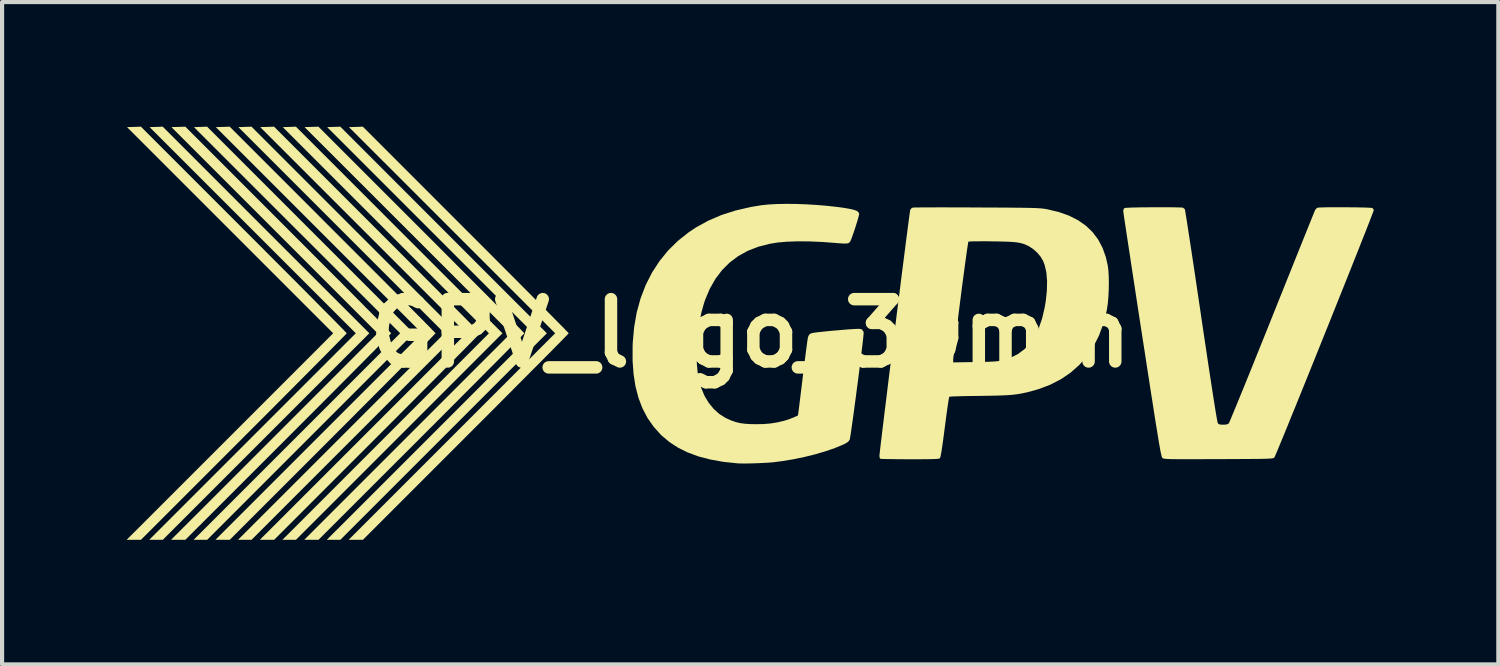
<source format=kicad_pcb>
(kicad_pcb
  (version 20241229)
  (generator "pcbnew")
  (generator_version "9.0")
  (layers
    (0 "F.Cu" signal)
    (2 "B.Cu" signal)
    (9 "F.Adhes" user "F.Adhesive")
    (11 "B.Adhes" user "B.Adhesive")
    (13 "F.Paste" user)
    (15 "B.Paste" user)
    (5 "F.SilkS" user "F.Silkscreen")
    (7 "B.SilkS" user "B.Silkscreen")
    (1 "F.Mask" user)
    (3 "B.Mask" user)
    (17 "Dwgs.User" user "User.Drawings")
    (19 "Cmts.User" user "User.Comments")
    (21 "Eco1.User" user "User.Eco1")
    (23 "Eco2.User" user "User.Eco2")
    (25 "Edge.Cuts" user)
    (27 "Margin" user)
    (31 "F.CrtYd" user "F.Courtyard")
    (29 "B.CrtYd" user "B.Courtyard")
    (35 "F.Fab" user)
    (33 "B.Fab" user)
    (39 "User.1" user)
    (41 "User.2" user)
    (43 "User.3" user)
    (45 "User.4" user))
  (footprint "GPV_logo_30mm"
    (layer "F.Cu")
    (at 15.019 4.975)
    (property "Reference" "GPV_logo_30mm" (at 0 0 0) (layer "F.SilkS") (effects (font (size 1.5 1.5) (thickness 0.3))))
    (attr board_only exclude_from_pos_files exclude_from_bom)
    (fp_poly (pts (xy -11.664 -2.487) (xy -9.176 -0.00005) (xy -11.663 2.487) (xy -14.149 4.973) (xy -14.312 4.973) (xy -14.475 4.973) (xy -11.989 2.487) (xy -9.502 -0.00005) (xy -11.984 -2.482) (xy -14.467 -4.964) (xy -14.309 -4.969) (xy -14.151 -4.975)) (stroke (width 0) (type solid)) (fill yes) (layer "F.SilkS"))
    (fp_poly (pts (xy -10.595 -2.487) (xy -8.107 -0.00005) (xy -10.594 2.487) (xy -13.08 4.973) (xy -13.243 4.973) (xy -13.407 4.973) (xy -10.92 2.487) (xy -8.433 -0.00005) (xy -10.916 -2.482) (xy -13.398 -4.964) (xy -13.24 -4.969) (xy -13.082 -4.975)) (stroke (width 0) (type solid)) (fill yes) (layer "F.SilkS"))
    (fp_poly (pts (xy -9.526 -2.487) (xy -7.038 -0.00005) (xy -9.525 2.487) (xy -12.012 4.973) (xy -12.175 4.973) (xy -12.338 4.973) (xy -9.851 2.487) (xy -7.365 -0.00005) (xy -9.847 -2.482) (xy -12.329 -4.964) (xy -12.171 -4.969) (xy -12.013 -4.975)) (stroke (width 0) (type solid)) (fill yes) (layer "F.SilkS"))
    (fp_poly (pts (xy -8.457 -2.487) (xy -5.97 -0.00005) (xy -8.456 2.487) (xy -10.943 4.973) (xy -11.106 4.973) (xy -11.269 4.973) (xy -8.782 2.487) (xy -6.296 -0.00005) (xy -8.778 -2.482) (xy -11.26 -4.964) (xy -11.102 -4.969) (xy -10.944 -4.975)) (stroke (width 0) (type solid)) (fill yes) (layer "F.SilkS"))
    (fp_poly (pts (xy -7.388 -2.487) (xy -4.901 -0.00005) (xy -7.387 2.487) (xy -9.874 4.973) (xy -10.037 4.973) (xy -10.2 4.973) (xy -7.713 2.487) (xy -5.227 -0.00005) (xy -7.709 -2.482) (xy -10.191 -4.964) (xy -10.033 -4.969) (xy -9.875 -4.975)) (stroke (width 0) (type solid)) (fill yes) (layer "F.SilkS"))
    (fp_poly (pts (xy -12.198 -2.496) (xy -11.948 -2.246) (xy -11.705 -2.003) (xy -11.47 -1.767) (xy -11.244 -1.541) (xy -11.029 -1.326) (xy -10.826 -1.122) (xy -10.636 -0.931) (xy -10.461 -0.754) (xy -10.301 -0.592) (xy -10.157 -0.448) (xy -10.032 -0.321) (xy -9.926 -0.214) (xy -9.841 -0.127) (xy -9.777 -0.061) (xy -9.737 -0.019) (xy -9.72 -0.001) (xy -9.72 -0.000001) (xy -9.732 0.014) (xy -9.769 0.053) (xy -9.83 0.115) (xy -9.912 0.199) (xy -10.015 0.303) (xy -10.137 0.427) (xy -10.277 0.569) (xy -10.435 0.728) (xy -10.608 0.902) (xy -10.796 1.091) (xy -10.997 1.293) (xy -11.21 1.507) (xy -11.434 1.732) (xy -11.668 1.966) (xy -11.91 2.208) (xy -12.159 2.457) (xy -12.197 2.496) (xy -14.675 4.973) (xy -14.847 4.973) (xy -15.019 4.973) (xy -12.532 2.487) (xy -10.046 -0.00005) (xy -12.528 -2.482) (xy -15.01 -4.964) (xy -14.843 -4.969) (xy -14.676 -4.975)) (stroke (width 0) (type solid)) (fill yes) (layer "F.SilkS"))
    (fp_poly (pts (xy -11.129 -2.496) (xy -10.879 -2.246) (xy -10.636 -2.003) (xy -10.401 -1.767) (xy -10.175 -1.541) (xy -9.96 -1.326) (xy -9.757 -1.122) (xy -9.567 -0.931) (xy -9.392 -0.754) (xy -9.232 -0.592) (xy -9.088 -0.448) (xy -8.963 -0.321) (xy -8.857 -0.214) (xy -8.772 -0.127) (xy -8.708 -0.061) (xy -8.668 -0.019) (xy -8.651 -0.001) (xy -8.651 -0.000001) (xy -8.663 0.014) (xy -8.7 0.053) (xy -8.761 0.115) (xy -8.843 0.199) (xy -8.946 0.303) (xy -9.068 0.427) (xy -9.209 0.569) (xy -9.366 0.728) (xy -9.539 0.902) (xy -9.727 1.091) (xy -9.928 1.293) (xy -10.141 1.507) (xy -10.365 1.732) (xy -10.599 1.966) (xy -10.841 2.208) (xy -11.09 2.457) (xy -11.128 2.496) (xy -13.606 4.973) (xy -13.778 4.973) (xy -13.95 4.973) (xy -11.463 2.487) (xy -8.977 -0.00005) (xy -11.459 -2.482) (xy -13.941 -4.964) (xy -13.774 -4.969) (xy -13.607 -4.975)) (stroke (width 0) (type solid)) (fill yes) (layer "F.SilkS"))
    (fp_poly (pts (xy -10.06 -2.496) (xy -9.81 -2.246) (xy -9.567 -2.003) (xy -9.332 -1.767) (xy -9.106 -1.541) (xy -8.891 -1.326) (xy -8.688 -1.122) (xy -8.498 -0.931) (xy -8.323 -0.754) (xy -8.163 -0.592) (xy -8.02 -0.448) (xy -7.894 -0.321) (xy -7.788 -0.214) (xy -7.703 -0.127) (xy -7.639 -0.061) (xy -7.599 -0.019) (xy -7.582 -0.001) (xy -7.582 -0.000001) (xy -7.595 0.014) (xy -7.632 0.053) (xy -7.692 0.115) (xy -7.774 0.199) (xy -7.877 0.303) (xy -7.999 0.427) (xy -8.14 0.569) (xy -8.297 0.728) (xy -8.47 0.902) (xy -8.658 1.091) (xy -8.859 1.293) (xy -9.073 1.507) (xy -9.297 1.732) (xy -9.53 1.966) (xy -9.772 2.208) (xy -10.021 2.457) (xy -10.059 2.496) (xy -12.537 4.973) (xy -12.709 4.973) (xy -12.881 4.973) (xy -10.395 2.487) (xy -7.908 -0.00005) (xy -10.39 -2.482) (xy -12.872 -4.964) (xy -12.705 -4.969) (xy -12.538 -4.975)) (stroke (width 0) (type solid)) (fill yes) (layer "F.SilkS"))
    (fp_poly (pts (xy -8.991 -2.496) (xy -8.741 -2.246) (xy -8.498 -2.003) (xy -8.263 -1.767) (xy -8.038 -1.541) (xy -7.823 -1.326) (xy -7.62 -1.122) (xy -7.43 -0.931) (xy -7.254 -0.754) (xy -7.094 -0.592) (xy -6.951 -0.448) (xy -6.825 -0.321) (xy -6.72 -0.214) (xy -6.634 -0.127) (xy -6.57 -0.061) (xy -6.53 -0.019) (xy -6.513 -0.001) (xy -6.513 -0.000001) (xy -6.526 0.014) (xy -6.563 0.053) (xy -6.623 0.115) (xy -6.705 0.199) (xy -6.808 0.303) (xy -6.93 0.427) (xy -7.071 0.569) (xy -7.228 0.728) (xy -7.402 0.902) (xy -7.589 1.091) (xy -7.79 1.293) (xy -8.004 1.507) (xy -8.228 1.732) (xy -8.461 1.966) (xy -8.703 2.208) (xy -8.952 2.457) (xy -8.991 2.496) (xy -11.468 4.973) (xy -11.64 4.973) (xy -11.812 4.973) (xy -9.326 2.487) (xy -6.839 -0.00005) (xy -9.321 -2.482) (xy -11.803 -4.964) (xy -11.636 -4.969) (xy -11.47 -4.975)) (stroke (width 0) (type solid)) (fill yes) (layer "F.SilkS"))
    (fp_poly (pts (xy -7.922 -2.496) (xy -7.672 -2.246) (xy -7.429 -2.003) (xy -7.194 -1.767) (xy -6.969 -1.541) (xy -6.754 -1.326) (xy -6.551 -1.122) (xy -6.361 -0.931) (xy -6.185 -0.754) (xy -6.025 -0.592) (xy -5.882 -0.448) (xy -5.757 -0.321) (xy -5.651 -0.214) (xy -5.565 -0.127) (xy -5.502 -0.061) (xy -5.461 -0.019) (xy -5.444 -0.001) (xy -5.444 -0.000001) (xy -5.457 0.014) (xy -5.494 0.053) (xy -5.554 0.115) (xy -5.636 0.199) (xy -5.739 0.303) (xy -5.861 0.427) (xy -6.002 0.569) (xy -6.159 0.728) (xy -6.333 0.902) (xy -6.52 1.091) (xy -6.722 1.293) (xy -6.935 1.507) (xy -7.159 1.732) (xy -7.392 1.966) (xy -7.634 2.208) (xy -7.883 2.457) (xy -7.922 2.496) (xy -10.399 4.973) (xy -10.571 4.973) (xy -10.743 4.973) (xy -8.257 2.487) (xy -5.77 -0.00005) (xy -8.252 -2.482) (xy -10.735 -4.964) (xy -10.568 -4.969) (xy -10.401 -4.975)) (stroke (width 0) (type solid)) (fill yes) (layer "F.SilkS"))
    (fp_poly (pts (xy -6.854 -2.496) (xy -6.603 -2.246) (xy -6.36 -2.003) (xy -6.125 -1.767) (xy -5.9 -1.541) (xy -5.685 -1.326) (xy -5.482 -1.122) (xy -5.292 -0.931) (xy -5.116 -0.754) (xy -4.956 -0.592) (xy -4.813 -0.448) (xy -4.688 -0.321) (xy -4.582 -0.214) (xy -4.496 -0.127) (xy -4.433 -0.061) (xy -4.392 -0.019) (xy -4.376 -0.001) (xy -4.375 -0.000001) (xy -4.388 0.014) (xy -4.425 0.053) (xy -4.485 0.115) (xy -4.567 0.199) (xy -4.67 0.303) (xy -4.792 0.427) (xy -4.933 0.569) (xy -5.09 0.728) (xy -5.264 0.902) (xy -5.452 1.091) (xy -5.653 1.293) (xy -5.866 1.507) (xy -6.09 1.732) (xy -6.323 1.966) (xy -6.565 2.208) (xy -6.815 2.457) (xy -6.853 2.496) (xy -9.33 4.973) (xy -9.502 4.973) (xy -9.674 4.973) (xy -7.188 2.487) (xy -4.701 -0.00005) (xy -7.183 -2.482) (xy -9.666 -4.964) (xy -9.499 -4.969) (xy -9.332 -4.975)) (stroke (width 0) (type solid)) (fill yes) (layer "F.SilkS"))
    (fp_poly (pts (xy 1.096 -3.114) (xy 1.345 -3.105) (xy 1.597 -3.09) (xy 1.846 -3.069) (xy 2.085 -3.042) (xy 2.288 -3.014) (xy 2.41 -2.992) (xy 2.501 -2.97) (xy 2.562 -2.946) (xy 2.599 -2.918) (xy 2.616 -2.884) (xy 2.618 -2.866) (xy 2.612 -2.836) (xy 2.597 -2.779) (xy 2.574 -2.7) (xy 2.544 -2.605) (xy 2.514 -2.509) (xy 2.475 -2.395) (xy 2.445 -2.31) (xy 2.422 -2.25) (xy 2.402 -2.21) (xy 2.385 -2.186) (xy 2.367 -2.173) (xy 2.364 -2.172) (xy 2.336 -2.164) (xy 2.29 -2.161) (xy 2.223 -2.162) (xy 2.128 -2.168) (xy 2.047 -2.175) (xy 1.724 -2.199) (xy 1.42 -2.212) (xy 1.139 -2.214) (xy 0.882 -2.205) (xy 0.654 -2.185) (xy 0.463 -2.154) (xy 0.187 -2.083) (xy -0.066 -1.984) (xy -0.295 -1.857) (xy -0.501 -1.702) (xy -0.683 -1.52) (xy -0.842 -1.31) (xy -0.977 -1.073) (xy -1.089 -0.808) (xy -1.115 -0.732) (xy -1.179 -0.503) (xy -1.23 -0.249) (xy -1.268 0.02) (xy -1.29 0.292) (xy -1.295 0.501) (xy -1.289 0.738) (xy -1.27 0.947) (xy -1.235 1.136) (xy -1.186 1.309) (xy -1.119 1.475) (xy -1.101 1.513) (xy -1.005 1.673) (xy -0.887 1.818) (xy -0.751 1.941) (xy -0.604 2.035) (xy -0.588 2.043) (xy -0.468 2.097) (xy -0.357 2.137) (xy -0.243 2.164) (xy -0.118 2.18) (xy 0.028 2.188) (xy 0.127 2.189) (xy 0.317 2.186) (xy 0.484 2.172) (xy 0.641 2.147) (xy 0.801 2.109) (xy 0.842 2.098) (xy 0.897 2.081) (xy 0.963 2.057) (xy 1.03 2.03) (xy 1.09 2.005) (xy 1.132 1.986) (xy 1.145 1.977) (xy 1.148 1.959) (xy 1.155 1.908) (xy 1.166 1.827) (xy 1.179 1.722) (xy 1.195 1.593) (xy 1.213 1.446) (xy 1.233 1.284) (xy 1.254 1.109) (xy 1.259 1.067) (xy 1.281 0.888) (xy 1.302 0.718) (xy 1.322 0.56) (xy 1.34 0.419) (xy 1.356 0.299) (xy 1.369 0.202) (xy 1.38 0.134) (xy 1.386 0.097) (xy 1.387 0.094) (xy 1.411 0.038) (xy 1.453 0.006) (xy 1.464 0.001) (xy 1.496 -0.007) (xy 1.56 -0.017) (xy 1.65 -0.028) (xy 1.761 -0.04) (xy 1.888 -0.053) (xy 2.027 -0.066) (xy 2.082 -0.07) (xy 2.241 -0.084) (xy 2.368 -0.094) (xy 2.466 -0.101) (xy 2.54 -0.105) (xy 2.595 -0.106) (xy 2.633 -0.105) (xy 2.659 -0.101) (xy 2.676 -0.095) (xy 2.685 -0.09) (xy 2.72 -0.048) (xy 2.727 -0.007) (xy 2.724 0.03) (xy 2.718 0.099) (xy 2.707 0.195) (xy 2.693 0.316) (xy 2.676 0.456) (xy 2.657 0.614) (xy 2.636 0.784) (xy 2.613 0.964) (xy 2.589 1.15) (xy 2.564 1.338) (xy 2.54 1.525) (xy 2.515 1.708) (xy 2.492 1.881) (xy 2.47 2.043) (xy 2.449 2.189) (xy 2.431 2.317) (xy 2.416 2.421) (xy 2.403 2.499) (xy 2.395 2.547) (xy 2.391 2.56) (xy 2.368 2.597) (xy 2.332 2.628) (xy 2.273 2.662) (xy 2.233 2.681) (xy 2.036 2.763) (xy 1.81 2.841) (xy 1.562 2.914) (xy 1.299 2.979) (xy 1.03 3.035) (xy 0.76 3.079) (xy 0.553 3.106) (xy 0.466 3.113) (xy 0.357 3.12) (xy 0.234 3.126) (xy 0.105 3.131) (xy -0.022 3.134) (xy -0.138 3.136) (xy -0.235 3.135) (xy -0.305 3.133) (xy -0.308 3.132) (xy -0.651 3.096) (xy -0.963 3.04) (xy -1.248 2.966) (xy -1.506 2.871) (xy -1.738 2.757) (xy -1.947 2.621) (xy -2.134 2.464) (xy -2.157 2.443) (xy -2.329 2.251) (xy -2.476 2.041) (xy -2.598 1.81) (xy -2.694 1.558) (xy -2.766 1.283) (xy -2.813 0.985) (xy -2.837 0.661) (xy -2.836 0.311) (xy -2.833 0.224) (xy -2.799 -0.151) (xy -2.736 -0.508) (xy -2.643 -0.845) (xy -2.52 -1.164) (xy -2.369 -1.461) (xy -2.189 -1.738) (xy -1.982 -1.993) (xy -1.746 -2.225) (xy -1.484 -2.433) (xy -1.31 -2.549) (xy -1.017 -2.71) (xy -0.698 -2.847) (xy -0.354 -2.957) (xy 0.014 -3.042) (xy 0.263 -3.083) (xy 0.434 -3.101) (xy 0.634 -3.112) (xy 0.857 -3.116)) (stroke (width 0) (type solid)) (fill yes) (layer "F.SilkS"))
    (fp_poly (pts (xy 10.076 -3.035) (xy 10.191 -3.033) (xy 10.287 -3.031) (xy 10.36 -3.029) (xy 10.405 -3.026) (xy 10.416 -3.023) (xy 10.45 -2.998) (xy 10.462 -2.981) (xy 10.467 -2.96) (xy 10.476 -2.905) (xy 10.49 -2.818) (xy 10.509 -2.701) (xy 10.531 -2.557) (xy 10.557 -2.387) (xy 10.587 -2.194) (xy 10.62 -1.979) (xy 10.655 -1.745) (xy 10.693 -1.493) (xy 10.733 -1.226) (xy 10.774 -0.946) (xy 10.818 -0.654) (xy 10.853 -0.415) (xy 10.905 -0.062) (xy 10.955 0.271) (xy 11.001 0.58) (xy 11.044 0.866) (xy 11.084 1.126) (xy 11.12 1.361) (xy 11.152 1.567) (xy 11.18 1.745) (xy 11.204 1.893) (xy 11.224 2.01) (xy 11.239 2.095) (xy 11.249 2.145) (xy 11.253 2.16) (xy 11.273 2.184) (xy 11.304 2.196) (xy 11.354 2.201) (xy 11.384 2.201) (xy 11.454 2.198) (xy 11.497 2.185) (xy 11.52 2.168) (xy 11.53 2.148) (xy 11.553 2.095) (xy 11.587 2.013) (xy 11.633 1.903) (xy 11.689 1.767) (xy 11.755 1.606) (xy 11.83 1.423) (xy 11.913 1.22) (xy 12.003 0.998) (xy 12.1 0.759) (xy 12.202 0.505) (xy 12.31 0.237) (xy 12.422 -0.041) (xy 12.537 -0.328) (xy 12.562 -0.391) (xy 12.678 -0.681) (xy 12.791 -0.962) (xy 12.899 -1.232) (xy 13.003 -1.489) (xy 13.1 -1.733) (xy 13.191 -1.96) (xy 13.275 -2.168) (xy 13.351 -2.357) (xy 13.418 -2.524) (xy 13.476 -2.667) (xy 13.523 -2.784) (xy 13.56 -2.874) (xy 13.584 -2.934) (xy 13.596 -2.963) (xy 13.597 -2.965) (xy 13.626 -3.004) (xy 13.658 -3.024) (xy 13.69 -3.027) (xy 13.752 -3.03) (xy 13.839 -3.033) (xy 13.946 -3.034) (xy 14.068 -3.035) (xy 14.199 -3.035) (xy 14.334 -3.034) (xy 14.469 -3.033) (xy 14.598 -3.032) (xy 14.716 -3.029) (xy 14.818 -3.027) (xy 14.898 -3.023) (xy 14.953 -3.02) (xy 14.975 -3.016) (xy 15.003 -2.987) (xy 15.01 -2.964) (xy 15.003 -2.943) (xy 14.984 -2.89) (xy 14.952 -2.807) (xy 14.91 -2.697) (xy 14.857 -2.562) (xy 14.795 -2.404) (xy 14.724 -2.225) (xy 14.646 -2.027) (xy 14.56 -1.812) (xy 14.469 -1.582) (xy 14.372 -1.339) (xy 14.271 -1.086) (xy 14.166 -0.825) (xy 14.059 -0.557) (xy 13.95 -0.284) (xy 13.839 -0.01) (xy 13.729 0.265) (xy 13.619 0.538) (xy 13.511 0.807) (xy 13.405 1.07) (xy 13.302 1.324) (xy 13.203 1.569) (xy 13.109 1.801) (xy 13.02 2.018) (xy 12.939 2.219) (xy 12.864 2.401) (xy 12.798 2.563) (xy 12.74 2.702) (xy 12.693 2.816) (xy 12.656 2.903) (xy 12.631 2.961) (xy 12.618 2.988) (xy 12.617 2.989) (xy 12.61 2.996) (xy 12.6 3.002) (xy 12.585 3.007) (xy 12.563 3.012) (xy 12.53 3.015) (xy 12.486 3.018) (xy 12.426 3.021) (xy 12.349 3.023) (xy 12.252 3.025) (xy 12.133 3.026) (xy 11.988 3.027) (xy 11.816 3.028) (xy 11.614 3.029) (xy 11.379 3.03) (xy 11.271 3.03) (xy 11.021 3.031) (xy 10.804 3.032) (xy 10.619 3.032) (xy 10.463 3.032) (xy 10.332 3.032) (xy 10.226 3.031) (xy 10.14 3.03) (xy 10.073 3.028) (xy 10.022 3.025) (xy 9.985 3.022) (xy 9.958 3.018) (xy 9.941 3.014) (xy 9.929 3.008) (xy 9.922 3.003) (xy 9.916 2.997) (xy 9.911 2.985) (xy 9.904 2.967) (xy 9.897 2.94) (xy 9.888 2.903) (xy 9.878 2.855) (xy 9.866 2.793) (xy 9.853 2.717) (xy 9.836 2.624) (xy 9.818 2.513) (xy 9.797 2.383) (xy 9.772 2.231) (xy 9.744 2.057) (xy 9.713 1.858) (xy 9.678 1.632) (xy 9.638 1.38) (xy 9.595 1.098) (xy 9.546 0.785) (xy 9.493 0.439) (xy 9.434 0.06) (xy 9.43 0.033) (xy 9.38 -0.29) (xy 9.332 -0.602) (xy 9.286 -0.904) (xy 9.242 -1.193) (xy 9.2 -1.466) (xy 9.161 -1.723) (xy 9.125 -1.96) (xy 9.092 -2.177) (xy 9.062 -2.371) (xy 9.037 -2.541) (xy 9.015 -2.683) (xy 8.998 -2.798) (xy 8.986 -2.882) (xy 8.979 -2.934) (xy 8.977 -2.951) (xy 8.991 -2.996) (xy 9.012 -3.016) (xy 9.037 -3.02) (xy 9.094 -3.023) (xy 9.176 -3.027) (xy 9.28 -3.029) (xy 9.401 -3.032) (xy 9.533 -3.033) (xy 9.671 -3.034) (xy 9.811 -3.035) (xy 9.948 -3.035)) (stroke (width 0) (type solid)) (fill yes) (layer "F.SilkS"))
    (fp_poly (pts (xy 4.886 -3.031) (xy 5.101 -3.031) (xy 5.327 -3.03) (xy 5.454 -3.029) (xy 5.724 -3.028) (xy 5.959 -3.027) (xy 6.164 -3.026) (xy 6.341 -3.024) (xy 6.491 -3.023) (xy 6.619 -3.021) (xy 6.725 -3.019) (xy 6.814 -3.017) (xy 6.888 -3.014) (xy 6.949 -3.01) (xy 7 -3.007) (xy 7.044 -3.002) (xy 7.083 -2.997) (xy 7.119 -2.991) (xy 7.156 -2.984) (xy 7.156 -2.984) (xy 7.43 -2.918) (xy 7.675 -2.831) (xy 7.892 -2.721) (xy 8.08 -2.589) (xy 8.24 -2.435) (xy 8.374 -2.257) (xy 8.48 -2.056) (xy 8.56 -1.831) (xy 8.607 -1.621) (xy 8.621 -1.504) (xy 8.629 -1.36) (xy 8.631 -1.199) (xy 8.628 -1.031) (xy 8.619 -0.864) (xy 8.605 -0.709) (xy 8.585 -0.575) (xy 8.58 -0.547) (xy 8.501 -0.237) (xy 8.396 0.05) (xy 8.265 0.311) (xy 8.107 0.548) (xy 7.923 0.759) (xy 7.714 0.945) (xy 7.48 1.105) (xy 7.22 1.239) (xy 6.936 1.346) (xy 6.761 1.396) (xy 6.662 1.421) (xy 6.571 1.441) (xy 6.484 1.458) (xy 6.396 1.471) (xy 6.303 1.482) (xy 6.198 1.49) (xy 6.078 1.496) (xy 5.937 1.501) (xy 5.772 1.504) (xy 5.576 1.507) (xy 5.517 1.508) (xy 5.359 1.51) (xy 5.213 1.512) (xy 5.082 1.515) (xy 4.97 1.518) (xy 4.882 1.521) (xy 4.82 1.525) (xy 4.79 1.528) (xy 4.788 1.528) (xy 4.783 1.549) (xy 4.774 1.601) (xy 4.761 1.681) (xy 4.746 1.786) (xy 4.728 1.911) (xy 4.709 2.053) (xy 4.689 2.207) (xy 4.681 2.265) (xy 4.656 2.457) (xy 4.635 2.616) (xy 4.616 2.745) (xy 4.601 2.844) (xy 4.588 2.918) (xy 4.577 2.97) (xy 4.567 3) (xy 4.56 3.012) (xy 4.543 3.018) (xy 4.509 3.023) (xy 4.454 3.027) (xy 4.376 3.03) (xy 4.272 3.032) (xy 4.139 3.033) (xy 3.974 3.033) (xy 3.842 3.033) (xy 3.687 3.033) (xy 3.543 3.032) (xy 3.414 3.03) (xy 3.304 3.029) (xy 3.217 3.027) (xy 3.158 3.025) (xy 3.131 3.023) (xy 3.13 3.023) (xy 3.114 3) (xy 3.107 2.957) (xy 3.107 2.954) (xy 3.109 2.927) (xy 3.116 2.866) (xy 3.126 2.774) (xy 3.14 2.654) (xy 3.158 2.507) (xy 3.178 2.336) (xy 3.202 2.144) (xy 3.227 1.932) (xy 3.256 1.703) (xy 3.286 1.46) (xy 3.317 1.203) (xy 3.35 0.937) (xy 3.384 0.663) (xy 3.386 0.647) (xy 4.883 0.647) (xy 4.883 0.701) (xy 5.403 0.693) (xy 5.568 0.691) (xy 5.701 0.687) (xy 5.808 0.683) (xy 5.893 0.678) (xy 5.961 0.671) (xy 6.017 0.663) (xy 6.06 0.654) (xy 6.26 0.591) (xy 6.438 0.503) (xy 6.595 0.387) (xy 6.732 0.244) (xy 6.849 0.072) (xy 6.946 -0.128) (xy 7.025 -0.359) (xy 7.086 -0.62) (xy 7.111 -0.766) (xy 7.139 -1.028) (xy 7.144 -1.262) (xy 7.126 -1.469) (xy 7.084 -1.649) (xy 7.047 -1.744) (xy 6.988 -1.844) (xy 6.904 -1.943) (xy 6.806 -2.03) (xy 6.715 -2.09) (xy 6.655 -2.12) (xy 6.598 -2.145) (xy 6.539 -2.164) (xy 6.474 -2.179) (xy 6.397 -2.191) (xy 6.304 -2.199) (xy 6.19 -2.205) (xy 6.051 -2.209) (xy 5.882 -2.213) (xy 5.825 -2.213) (xy 5.686 -2.215) (xy 5.559 -2.215) (xy 5.447 -2.214) (xy 5.356 -2.213) (xy 5.291 -2.21) (xy 5.255 -2.207) (xy 5.25 -2.206) (xy 5.245 -2.186) (xy 5.236 -2.134) (xy 5.223 -2.053) (xy 5.208 -1.946) (xy 5.19 -1.815) (xy 5.169 -1.666) (xy 5.147 -1.501) (xy 5.123 -1.322) (xy 5.098 -1.135) (xy 5.073 -0.941) (xy 5.048 -0.744) (xy 5.023 -0.548) (xy 4.999 -0.356) (xy 4.975 -0.171) (xy 4.954 0.003) (xy 4.935 0.164) (xy 4.918 0.307) (xy 4.903 0.43) (xy 4.893 0.53) (xy 4.885 0.602) (xy 4.883 0.644) (xy 4.883 0.647) (xy 3.386 0.647) (xy 3.419 0.383) (xy 3.454 0.101) (xy 3.49 -0.183) (xy 3.525 -0.465) (xy 3.56 -0.744) (xy 3.595 -1.017) (xy 3.628 -1.281) (xy 3.66 -1.534) (xy 3.691 -1.775) (xy 3.72 -2) (xy 3.746 -2.208) (xy 3.771 -2.396) (xy 3.792 -2.561) (xy 3.811 -2.702) (xy 3.826 -2.817) (xy 3.838 -2.902) (xy 3.846 -2.955) (xy 3.849 -2.975) (xy 3.88 -3.011) (xy 3.909 -3.026) (xy 3.934 -3.028) (xy 3.991 -3.029) (xy 4.08 -3.03) (xy 4.196 -3.031) (xy 4.338 -3.031) (xy 4.502 -3.032) (xy 4.686 -3.032)) (stroke (width 0) (type solid)) (fill yes) (layer "F.SilkS")))
  (gr_rect
    (start -3 -3)
    (end 33.029 12.948)
    (stroke (width 0.1) (type default))
    (fill no)
    (layer "Edge.Cuts")))
</source>
